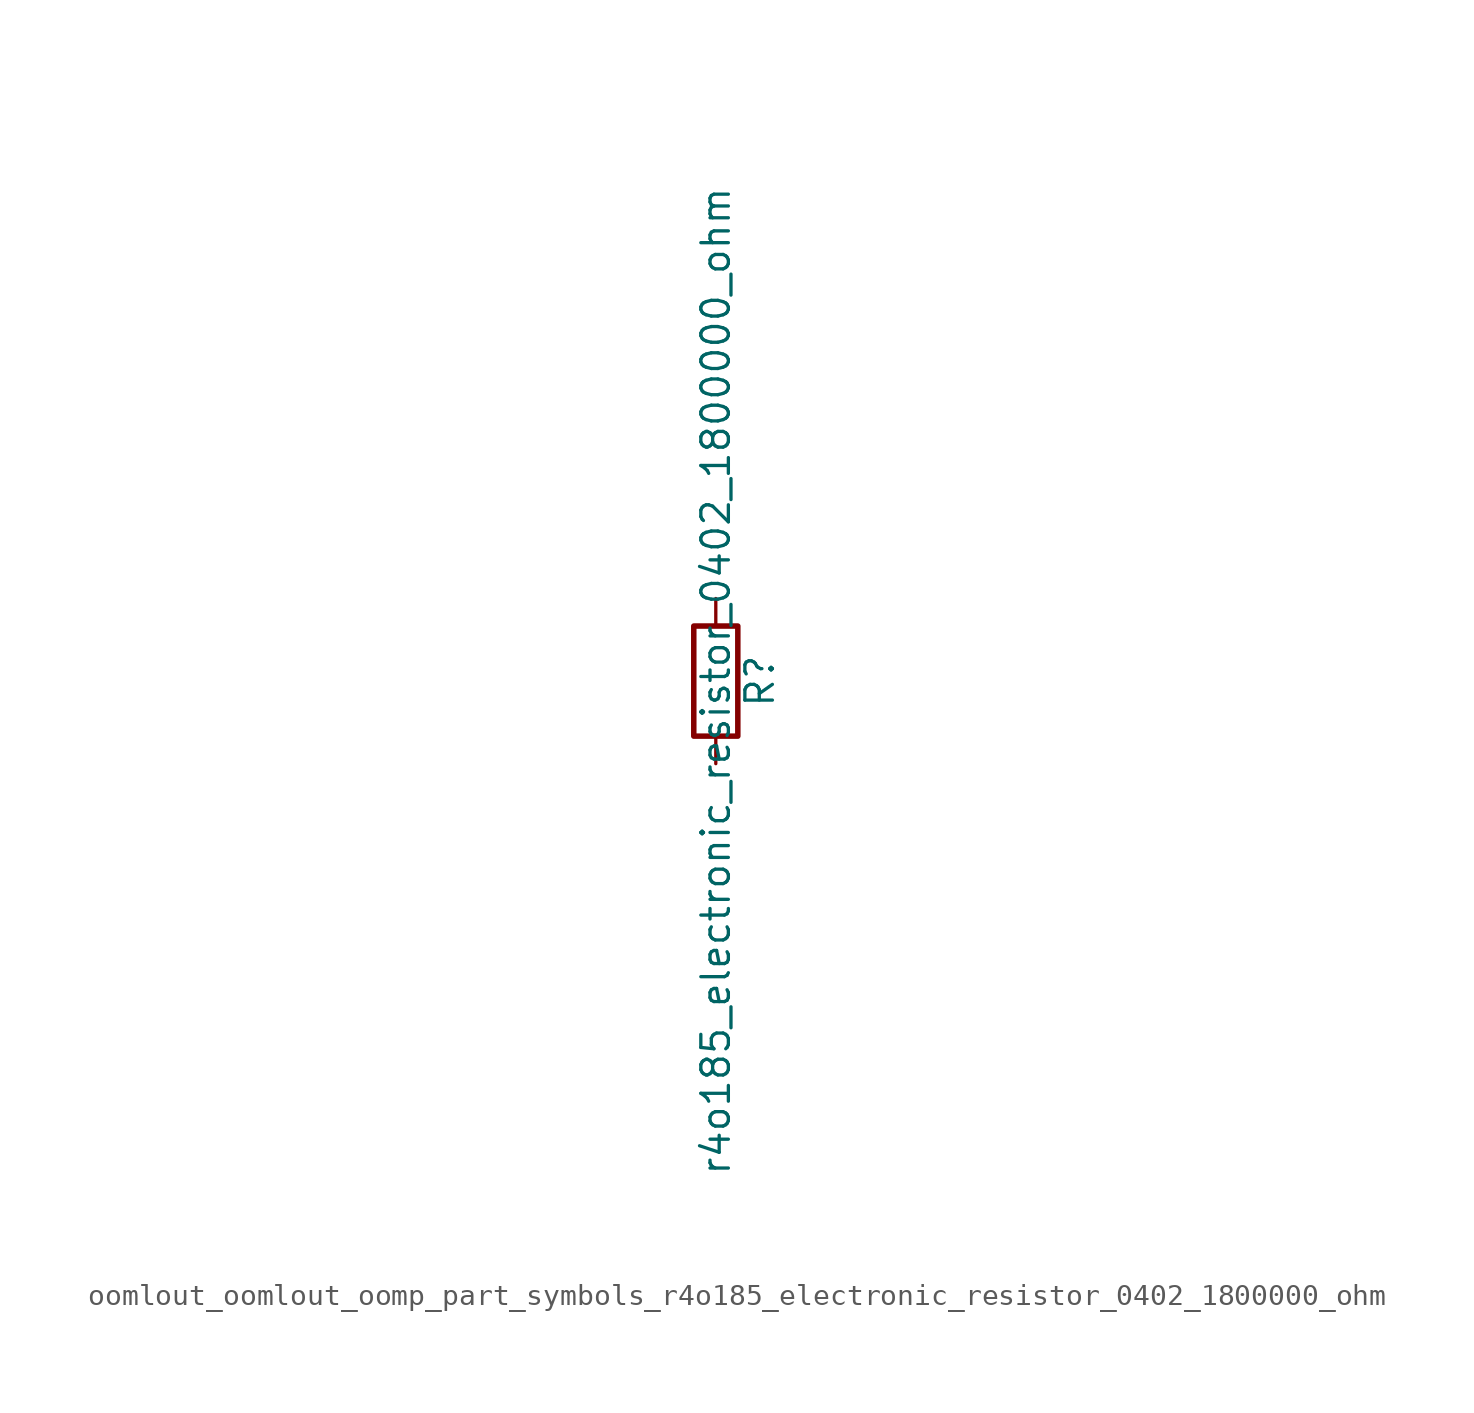
<source format=kicad_sym>
(kicad_symbol_lib
  (version 20220914)
  (generator kicad_symbol_editor)
  (symbol "oomlout_oomlout_oomp_part_symbols_r4o185_electronic_resistor_0402_1800000_ohm"
    (pin_numbers hide)
    (pin_names
      (offset 0))
    (property "Reference" "R"
      (at 2.032 0 90)
      (effects (font (size 1.27 1.27))))
    (property "Value" "r4o185_electronic_resistor_0402_1800000_ohm"
      (at 0 0 90)
      (effects (font (size 1.27 1.27))))
    (symbol "oomlout_oomlout_oomp_part_symbols_r4o185_electronic_resistor_0402_1800000_ohm_0_1"
      (rectangle (start -1.016 -2.54) (end 1.016 2.54) (stroke (width 0.254) (type default)) (fill (type none))))
    (symbol "oomlout_oomlout_oomp_part_symbols_r4o185_electronic_resistor_0402_1800000_ohm_1_1"
      (pin passive line (at 0 3.81 270) (length 1.27) (name "~" (effects (font (size 1.27 1.27)))) (number "1" (effects (font (size 1.27 1.27)))))
      (pin passive line (at 0 -3.81 90) (length 1.27) (name "~" (effects (font (size 1.27 1.27)))) (number "2" (effects (font (size 1.27 1.27))))))))
</source>
